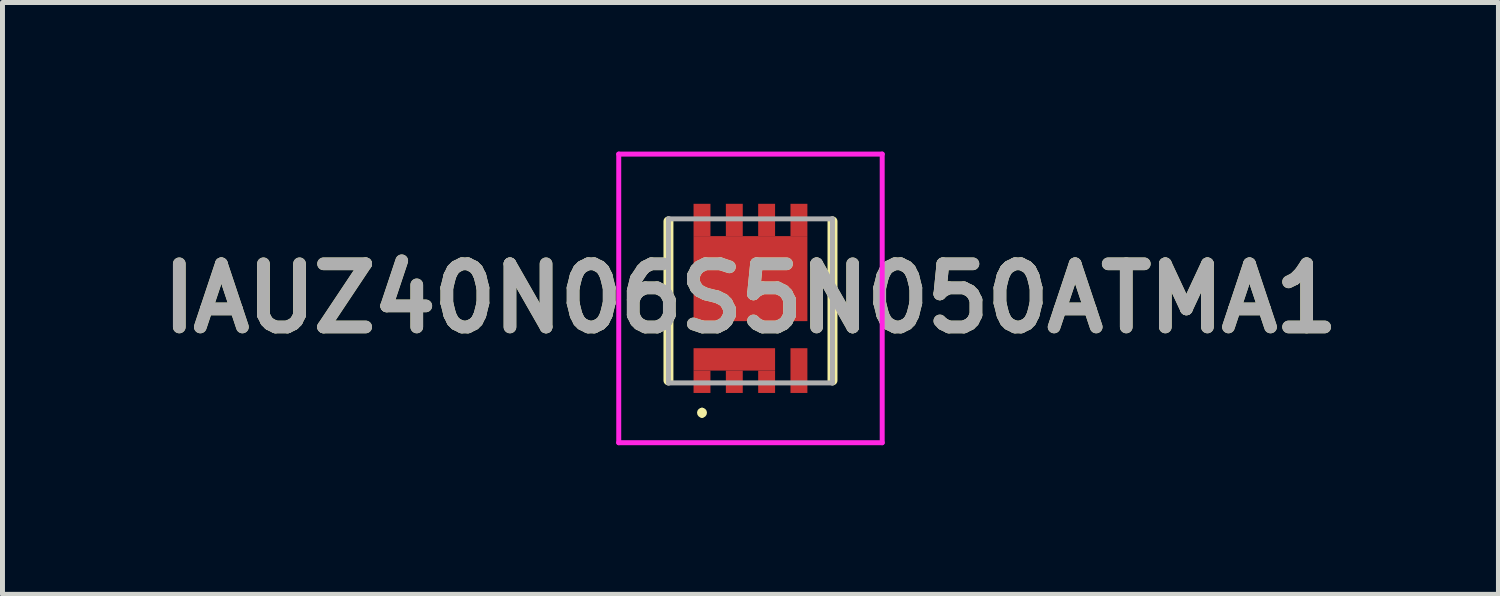
<source format=kicad_pcb>
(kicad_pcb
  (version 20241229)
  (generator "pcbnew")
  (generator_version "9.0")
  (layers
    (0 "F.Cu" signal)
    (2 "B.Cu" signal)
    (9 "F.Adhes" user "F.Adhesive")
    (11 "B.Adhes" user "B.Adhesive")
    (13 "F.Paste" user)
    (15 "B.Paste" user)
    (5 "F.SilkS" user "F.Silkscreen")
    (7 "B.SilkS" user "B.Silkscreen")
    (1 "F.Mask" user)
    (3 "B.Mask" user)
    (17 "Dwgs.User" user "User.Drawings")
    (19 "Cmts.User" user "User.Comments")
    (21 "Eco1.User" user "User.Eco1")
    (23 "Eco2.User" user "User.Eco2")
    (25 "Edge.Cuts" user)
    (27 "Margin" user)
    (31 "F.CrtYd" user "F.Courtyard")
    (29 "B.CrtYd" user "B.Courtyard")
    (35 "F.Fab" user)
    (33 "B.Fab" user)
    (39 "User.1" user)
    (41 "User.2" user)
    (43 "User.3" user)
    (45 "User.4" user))
  (footprint "IAUZ40N06S5N050ATMA1"
    (layer "F.Cu")
    (at 12.047 3.003)
    (property "Reference" "IAUZ40N06S5N050ATMA1" (at 0 -0.05 0) (layer "F.SilkS") (effects (font (size 1.27 1.27) (thickness 0.254))))
    (attr smd)
    (fp_line (start -1.65 -1.6) (end -1.65 1.6) (stroke (width 0.2) (type solid)) (layer "F.SilkS"))
    (fp_line (start -0.975 2.2) (end -0.975 2.2) (stroke (width 0.1) (type solid)) (layer "F.SilkS"))
    (fp_line (start -0.975 2.3) (end -0.975 2.3) (stroke (width 0.1) (type solid)) (layer "F.SilkS"))
    (fp_line (start 1.65 -1.6) (end 1.65 1.6) (stroke (width 0.2) (type solid)) (layer "F.SilkS"))
    (fp_arc (start -0.975 2.2) (mid -0.925 2.25) (end -0.975 2.3) (stroke (width 0.1) (type solid)) (layer "F.SilkS"))
    (fp_arc (start -0.975 2.3) (mid -1.025 2.25) (end -0.975 2.2) (stroke (width 0.1) (type solid)) (layer "F.SilkS"))
    (fp_line (start -2.65 -2.953) (end 2.65 -2.953) (stroke (width 0.1) (type solid)) (layer "F.CrtYd"))
    (fp_line (start -2.65 2.853) (end -2.65 -2.953) (stroke (width 0.1) (type solid)) (layer "F.CrtYd"))
    (fp_line (start 2.65 -2.953) (end 2.65 2.853) (stroke (width 0.1) (type solid)) (layer "F.CrtYd"))
    (fp_line (start 2.65 2.853) (end -2.65 2.853) (stroke (width 0.1) (type solid)) (layer "F.CrtYd"))
    (fp_line (start -1.65 -1.65) (end 1.65 -1.65) (stroke (width 0.1) (type solid)) (layer "F.Fab"))
    (fp_line (start -1.65 1.65) (end -1.65 -1.65) (stroke (width 0.1) (type solid)) (layer "F.Fab"))
    (fp_line (start 1.65 -1.65) (end 1.65 1.65) (stroke (width 0.1) (type solid)) (layer "F.Fab"))
    (fp_line (start 1.65 1.65) (end -1.65 1.65) (stroke (width 0.1) (type solid)) (layer "F.Fab"))
    (fp_text user "${REFERENCE}" (at 0 -0.05 0) (layer "F.Fab") (effects (font (size 1.27 1.27) (thickness 0.254))))
    (pad "1" smd rect (at -0.975 1.627) (size 0.34 0.45) (layers "F.Cu" "F.Mask" "F.Paste"))
    (pad "2" smd rect (at -0.325 1.627) (size 0.34 0.45) (layers "F.Cu" "F.Mask" "F.Paste"))
    (pad "3" smd rect (at 0.325 1.627) (size 0.34 0.45) (layers "F.Cu" "F.Mask" "F.Paste"))
    (pad "4" smd rect (at 0.975 1.402) (size 0.34 0.9) (layers "F.Cu" "F.Mask" "F.Paste"))
    (pad "5" smd rect (at 0.975 -1.628) (size 0.34 0.65) (layers "F.Cu" "F.Mask" "F.Paste"))
    (pad "6" smd rect (at 0.325 -1.628) (size 0.34 0.65) (layers "F.Cu" "F.Mask" "F.Paste"))
    (pad "7" smd rect (at -0.325 -1.628) (size 0.34 0.65) (layers "F.Cu" "F.Mask" "F.Paste"))
    (pad "8" smd rect (at -0.975 -1.628) (size 0.34 0.65) (layers "F.Cu" "F.Mask" "F.Paste"))
    (pad "9" smd rect (at 0 -0.448 90) (size 1.71 2.29) (layers "F.Cu" "F.Mask" "F.Paste"))
    (pad "10" smd rect (at -0.325 1.177 90) (size 0.45 1.64) (layers "F.Cu" "F.Mask" "F.Paste")))
  (gr_rect
    (start -3 -3)
    (end 27.094 8.906)
    (stroke (width 0.1) (type default))
    (fill no)
    (layer "Edge.Cuts")))
</source>
